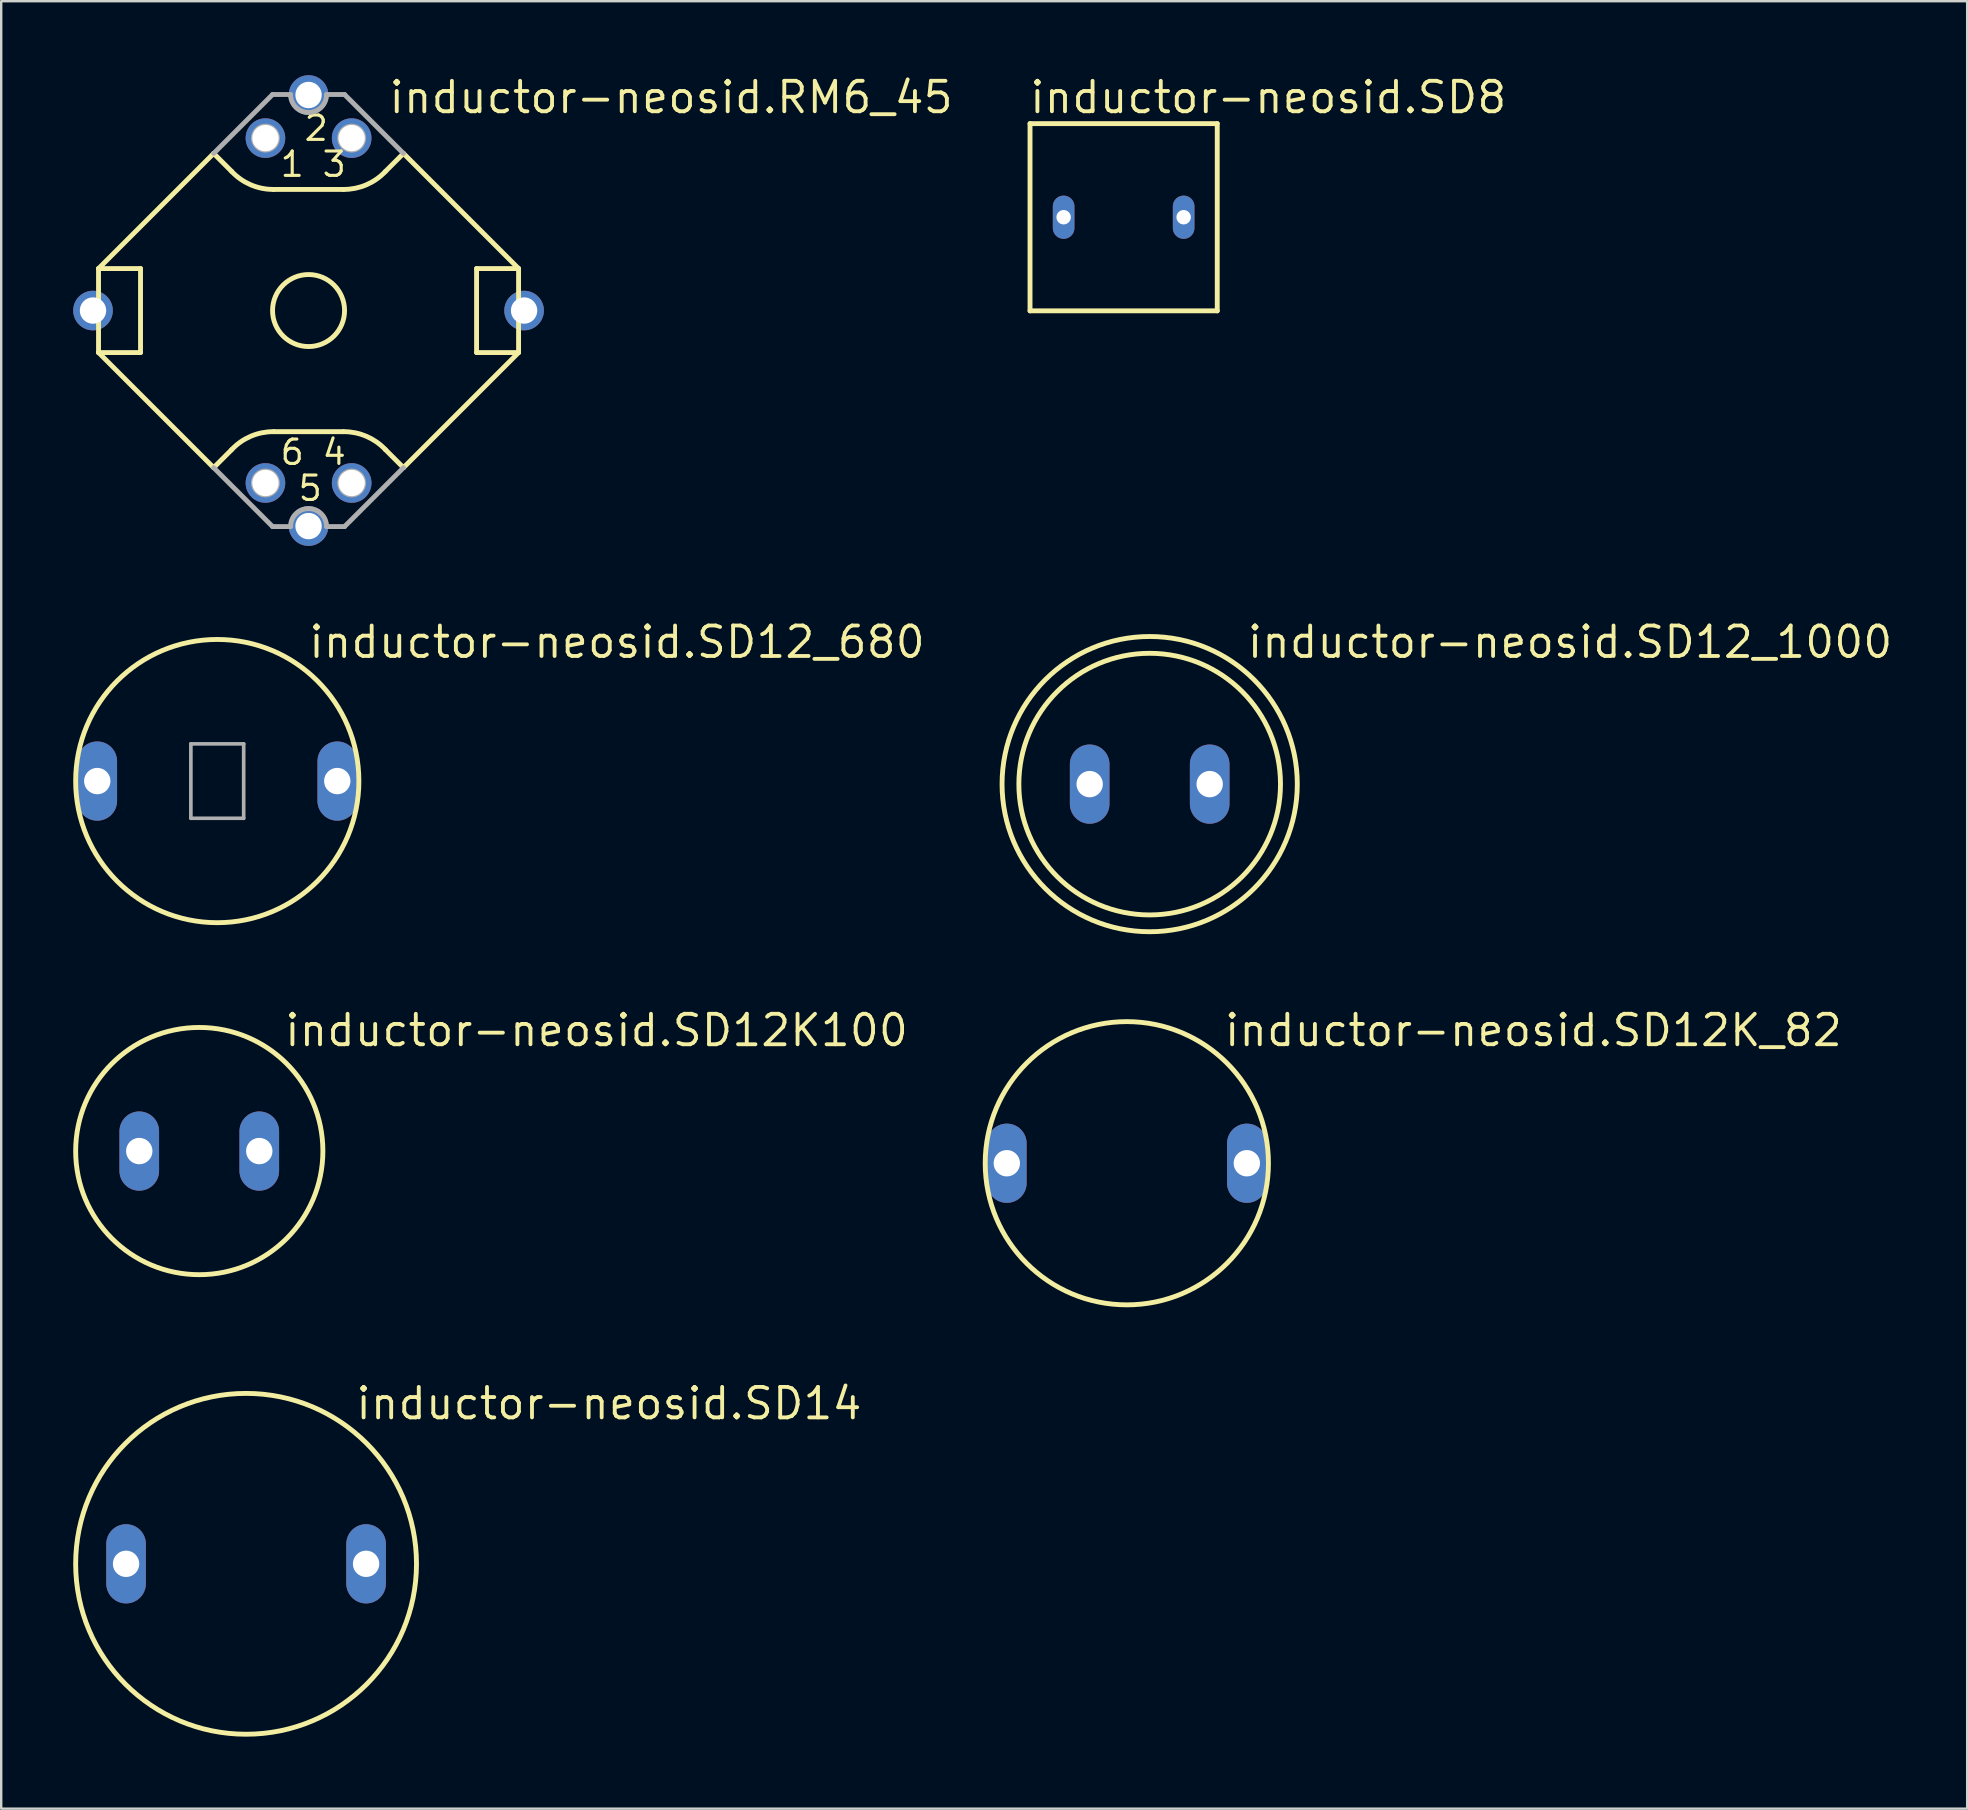
<source format=kicad_pcb>
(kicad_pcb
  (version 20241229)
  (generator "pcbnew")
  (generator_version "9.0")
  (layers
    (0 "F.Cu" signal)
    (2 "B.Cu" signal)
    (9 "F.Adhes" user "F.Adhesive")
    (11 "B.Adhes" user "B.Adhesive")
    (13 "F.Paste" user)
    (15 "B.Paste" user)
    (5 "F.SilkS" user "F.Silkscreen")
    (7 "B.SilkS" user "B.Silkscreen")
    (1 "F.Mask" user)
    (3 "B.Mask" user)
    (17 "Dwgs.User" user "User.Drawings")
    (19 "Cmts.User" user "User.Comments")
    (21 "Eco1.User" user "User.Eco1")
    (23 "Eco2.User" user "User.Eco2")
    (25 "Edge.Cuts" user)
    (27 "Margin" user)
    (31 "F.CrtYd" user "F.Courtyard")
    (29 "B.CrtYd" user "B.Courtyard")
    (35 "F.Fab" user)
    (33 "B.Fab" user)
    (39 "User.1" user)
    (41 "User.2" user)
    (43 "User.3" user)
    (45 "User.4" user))
  (footprint "inductor-neosid.SD8"
    (layer "F.Cu")
    (at 43.763 6)
    (property "Reference" "inductor-neosid.SD8" (at -4 -4.25 0) (layer "F.SilkS") (effects (font (size 1.27 1.27) (thickness 0.16)) (justify left bottom)))
    (attr through_hole)
    (fp_line (start -3.9 -3.9) (end -3.9 3.9) (stroke (width 0.203) (type default)) (layer "F.SilkS"))
    (fp_line (start -3.9 3.9) (end 3.9 3.9) (stroke (width 0.203) (type default)) (layer "F.SilkS"))
    (fp_line (start 3.9 -3.9) (end -3.9 -3.9) (stroke (width 0.203) (type default)) (layer "F.SilkS"))
    (fp_line (start 3.9 3.9) (end 3.9 -3.9) (stroke (width 0.203) (type default)) (layer "F.SilkS"))
    (pad "1" thru_hole oval (at -2.5 0 90) (size 1.8 0.9) (drill 0.6) (layers "*.Cu" "*.Mask"))
    (pad "2" thru_hole oval (at 2.5 0 90) (size 1.8 0.9) (drill 0.6) (layers "*.Cu" "*.Mask")))
  (footprint "inductor-neosid.SD12_680"
    (layer "F.Cu")
    (at 6.002 29.491)
    (property "Reference" "inductor-neosid.SD12_680" (at 3.727 -5.048 0) (layer "F.SilkS") (effects (font (size 1.27 1.27) (thickness 0.16)) (justify left bottom)))
    (attr through_hole)
    (fp_circle (center 0 0) (end 5.9 0) (stroke (width 0.203) (type default)) (fill no) (layer "F.SilkS"))
    (fp_line (start -1.1 -1.55) (end -1.1 1.55) (stroke (width 0.152) (type default)) (layer "F.Fab"))
    (fp_line (start -1.1 1.55) (end 1.1 1.55) (stroke (width 0.152) (type default)) (layer "F.Fab"))
    (fp_line (start 1.1 -1.55) (end -1.1 -1.55) (stroke (width 0.152) (type default)) (layer "F.Fab"))
    (fp_line (start 1.1 1.55) (end 1.1 -1.55) (stroke (width 0.152) (type default)) (layer "F.Fab"))
    (pad "1" thru_hole oval (at -5 0 90) (size 3.3 1.65) (drill 1.1) (layers "*.Cu" "*.Mask"))
    (pad "2" thru_hole oval (at 5 0 90) (size 3.3 1.65) (drill 1.1) (layers "*.Cu" "*.Mask")))
  (footprint "inductor-neosid.SD12K100"
    (layer "F.Cu")
    (at 5.252 44.906)
    (property "Reference" "inductor-neosid.SD12K100" (at 3.473 -4.286 0) (layer "F.SilkS") (effects (font (size 1.27 1.27) (thickness 0.16)) (justify left bottom)))
    (attr through_hole)
    (fp_circle (center 0 0) (end 5.15 0) (stroke (width 0.203) (type default)) (fill no) (layer "F.SilkS"))
    (pad "1" thru_hole oval (at -2.5 0 90) (size 3.3 1.65) (drill 1.1) (layers "*.Cu" "*.Mask"))
    (pad "2" thru_hole oval (at 2.5 0 90) (size 3.3 1.65) (drill 1.1) (layers "*.Cu" "*.Mask")))
  (footprint "inductor-neosid.RM6_45"
    (layer "F.Cu")
    (at 9.805 9.888)
    (property "Reference" "inductor-neosid.RM6_45" (at 3.266 -8.138 0) (layer "F.SilkS") (effects (font (size 1.27 1.27) (thickness 0.16)) (justify left bottom)))
    (attr through_hole)
    (fp_line (start -8.75 -1.75) (end -8.75 1.75) (stroke (width 0.203) (type default)) (layer "F.SilkS"))
    (fp_line (start -8.75 -1.75) (end -7 -1.75) (stroke (width 0.203) (type default)) (layer "F.SilkS"))
    (fp_line (start -8.75 -1.75) (end -3.954 -6.546) (stroke (width 0.203) (type default)) (layer "F.SilkS"))
    (fp_line (start -8.75 1.75) (end -3.954 6.546) (stroke (width 0.203) (type default)) (layer "F.SilkS"))
    (fp_line (start -7 -1.75) (end -7 1.75) (stroke (width 0.203) (type default)) (layer "F.SilkS"))
    (fp_line (start -7 1.75) (end -8.75 1.75) (stroke (width 0.203) (type default)) (layer "F.SilkS"))
    (fp_line (start -3.204 -5.796) (end -3.954 -6.546) (stroke (width 0.203) (type default)) (layer "F.SilkS"))
    (fp_line (start -3.204 5.796) (end -3.954 6.546) (stroke (width 0.203) (type default)) (layer "F.SilkS"))
    (fp_line (start -1.454 -5.046) (end 1.454 -5.046) (stroke (width 0.203) (type default)) (layer "F.SilkS"))
    (fp_line (start 1.454 5.046) (end -1.454 5.046) (stroke (width 0.203) (type default)) (layer "F.SilkS"))
    (fp_line (start 3.204 -5.796) (end 3.954 -6.546) (stroke (width 0.203) (type default)) (layer "F.SilkS"))
    (fp_line (start 3.204 5.796) (end 3.954 6.546) (stroke (width 0.203) (type default)) (layer "F.SilkS"))
    (fp_line (start 7 -1.75) (end 8.75 -1.75) (stroke (width 0.203) (type default)) (layer "F.SilkS"))
    (fp_line (start 7 1.75) (end 7 -1.75) (stroke (width 0.203) (type default)) (layer "F.SilkS"))
    (fp_line (start 8.75 -1.75) (end 3.954 -6.546) (stroke (width 0.203) (type default)) (layer "F.SilkS"))
    (fp_line (start 8.75 1.75) (end 3.954 6.546) (stroke (width 0.203) (type default)) (layer "F.SilkS"))
    (fp_line (start 8.75 1.75) (end 7 1.75) (stroke (width 0.203) (type default)) (layer "F.SilkS"))
    (fp_line (start 8.75 1.75) (end 8.75 -1.75) (stroke (width 0.203) (type default)) (layer "F.SilkS"))
    (fp_arc (start -3.204 5.796) (mid -2.407405 5.237903) (end -1.4539 5.0459) (stroke (width 0.2032) (type default)) (layer "F.SilkS"))
    (fp_arc (start -1.454 -5.046) (mid -2.407496 -5.237949) (end -3.2041 -5.796) (stroke (width 0.2032) (type default)) (layer "F.SilkS"))
    (fp_arc (start 1.454 5.046) (mid 2.407496 5.237949) (end 3.2041 5.796) (stroke (width 0.2032) (type default)) (layer "F.SilkS"))
    (fp_arc (start 3.204 -5.7961) (mid 2.407454 -5.238015) (end 1.454 -5.046) (stroke (width 0.2032) (type default)) (layer "F.SilkS"))
    (fp_circle (center 0 0) (end 1.5 0) (stroke (width 0.203) (type default)) (fill no) (layer "F.SilkS"))
    (fp_line (start -3.954 -6.546) (end -1.5 -9) (stroke (width 0.203) (type default)) (layer "F.Fab"))
    (fp_line (start -3.954 6.546) (end -1.5 9) (stroke (width 0.203) (type default)) (layer "F.Fab"))
    (fp_line (start -1.5 -9) (end -0.75 -9) (stroke (width 0.203) (type default)) (layer "F.Fab"))
    (fp_line (start -1.5 9) (end -0.75 9) (stroke (width 0.203) (type default)) (layer "F.Fab"))
    (fp_line (start 1.5 -9) (end 0.75 -9) (stroke (width 0.203) (type default)) (layer "F.Fab"))
    (fp_line (start 1.5 9) (end 0.75 9) (stroke (width 0.203) (type default)) (layer "F.Fab"))
    (fp_line (start 3.954 -6.546) (end 1.5 -9) (stroke (width 0.203) (type default)) (layer "F.Fab"))
    (fp_line (start 3.954 6.546) (end 1.5 9) (stroke (width 0.203) (type default)) (layer "F.Fab"))
    (fp_arc (start -0.75 9) (mid 0 8.25) (end 0.75 9) (stroke (width 0.2032) (type default)) (layer "F.Fab"))
    (fp_arc (start 0.75 -9) (mid 0 -8.25) (end -0.75 -9) (stroke (width 0.2032) (type default)) (layer "F.Fab"))
    (fp_circle (center -1.796 -7.184) (end -1.296 -7.184) (stroke (width 0.203) (type default)) (fill no) (layer "F.Fab"))
    (fp_circle (center -1.796 7.184) (end -1.296 7.184) (stroke (width 0.203) (type default)) (fill no) (layer "F.Fab"))
    (fp_circle (center 1.796 -7.184) (end 2.296 -7.184) (stroke (width 0.203) (type default)) (fill no) (layer "F.Fab"))
    (fp_circle (center 1.796 7.184) (end 2.296 7.184) (stroke (width 0.203) (type default)) (fill no) (layer "F.Fab"))
    (fp_text user "4" (at 0.5 6.5 0) (layer "F.SilkS") (effects (font (size 1.016 1.016) (thickness 0.13)) (justify left bottom)))
    (fp_text user "6" (at -1.25 6.5 0) (layer "F.SilkS") (effects (font (size 1.016 1.016) (thickness 0.13)) (justify left bottom)))
    (fp_text user "5" (at -0.5 8 0) (layer "F.SilkS") (effects (font (size 1.016 1.016) (thickness 0.13)) (justify left bottom)))
    (fp_text user "2" (at -0.25 -7 0) (layer "F.SilkS") (effects (font (size 1.016 1.016) (thickness 0.13)) (justify left bottom)))
    (fp_text user "3" (at 0.5 -5.5 0) (layer "F.SilkS") (effects (font (size 1.016 1.016) (thickness 0.13)) (justify left bottom)))
    (fp_text user "1" (at -1.25 -5.5 0) (layer "F.SilkS") (effects (font (size 1.016 1.016) (thickness 0.13)) (justify left bottom)))
    (pad "1" thru_hole circle (at -1.796 -7.184) (size 1.65 1.65) (drill 1.1) (layers "*.Cu" "*.Mask"))
    (pad "2" thru_hole circle (at 0 -8.98) (size 1.65 1.65) (drill 1.1) (layers "*.Cu" "*.Mask"))
    (pad "3" thru_hole circle (at 1.796 -7.184) (size 1.65 1.65) (drill 1.1) (layers "*.Cu" "*.Mask"))
    (pad "4" thru_hole circle (at 1.796 7.184) (size 1.65 1.65) (drill 1.1) (layers "*.Cu" "*.Mask"))
    (pad "5" thru_hole circle (at 0 8.98) (size 1.65 1.65) (drill 1.1) (layers "*.Cu" "*.Mask"))
    (pad "6" thru_hole circle (at -1.796 7.184) (size 1.65 1.65) (drill 1.1) (layers "*.Cu" "*.Mask"))
    (pad "M1" thru_hole circle (at -8.98 0) (size 1.65 1.65) (drill 1.1) (layers "*.Cu" "*.Mask"))
    (pad "M2" thru_hole circle (at 8.98 0) (size 1.65 1.65) (drill 1.1) (layers "*.Cu" "*.Mask")))
  (footprint "inductor-neosid.SD12_1000"
    (layer "F.Cu")
    (at 44.848 29.618)
    (property "Reference" "inductor-neosid.SD12_1000" (at 3.981 -5.175 0) (layer "F.SilkS") (effects (font (size 1.27 1.27) (thickness 0.16)) (justify left bottom)))
    (attr through_hole)
    (fp_circle (center 0 0) (end 5.45 0) (stroke (width 0.203) (type default)) (fill no) (layer "F.SilkS"))
    (fp_circle (center 0 0) (end 6.15 0) (stroke (width 0.203) (type default)) (fill no) (layer "F.SilkS"))
    (pad "1" thru_hole oval (at -2.5 0 90) (size 3.3 1.65) (drill 1.1) (layers "*.Cu" "*.Mask"))
    (pad "2" thru_hole oval (at 2.5 0 90) (size 3.3 1.65) (drill 1.1) (layers "*.Cu" "*.Mask")))
  (footprint "inductor-neosid.SD14"
    (layer "F.Cu")
    (at 7.202 62.102)
    (property "Reference" "inductor-neosid.SD14" (at 4.489 -5.937 0) (layer "F.SilkS") (effects (font (size 1.27 1.27) (thickness 0.16)) (justify left bottom)))
    (attr through_hole)
    (fp_circle (center 0 0) (end 7.1 0) (stroke (width 0.203) (type default)) (fill no) (layer "F.SilkS"))
    (pad "1" thru_hole oval (at -5 0 90) (size 3.3 1.65) (drill 1.1) (layers "*.Cu" "*.Mask"))
    (pad "2" thru_hole oval (at 5 0 90) (size 3.3 1.65) (drill 1.1) (layers "*.Cu" "*.Mask")))
  (footprint "inductor-neosid.SD12K_82"
    (layer "F.Cu")
    (at 43.896 45.413)
    (property "Reference" "inductor-neosid.SD12K_82" (at 3.981 -4.794 0) (layer "F.SilkS") (effects (font (size 1.27 1.27) (thickness 0.16)) (justify left bottom)))
    (attr through_hole)
    (fp_circle (center 0 0) (end 5.9 0) (stroke (width 0.203) (type default)) (fill no) (layer "F.SilkS"))
    (pad "1" thru_hole oval (at -5 0 90) (size 3.3 1.65) (drill 1.1) (layers "*.Cu" "*.Mask"))
    (pad "2" thru_hole oval (at 5 0 90) (size 3.3 1.65) (drill 1.1) (layers "*.Cu" "*.Mask")))
  (gr_rect
    (start -3 -3)
    (end 78.907 72.304)
    (stroke (width 0.1) (type default))
    (fill no)
    (layer "Edge.Cuts")))
</source>
